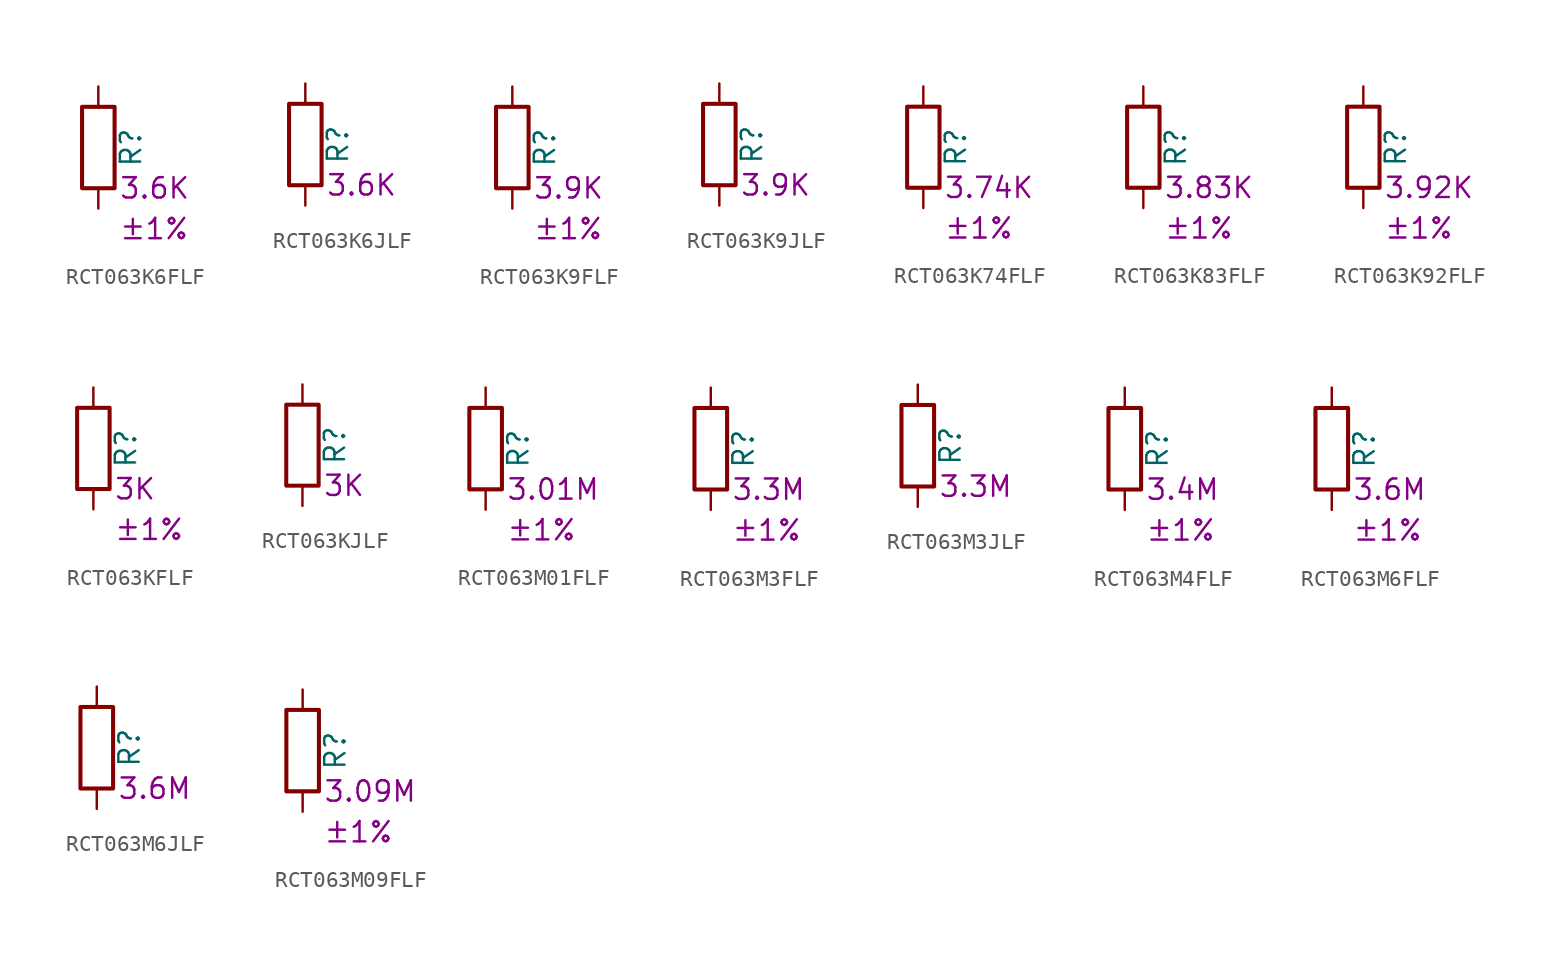
<source format=kicad_sym>
(kicad_symbol_lib
  (version 20220914)
  (generator kicad_symbol_editor)
  (symbol "RCT063K6FLF"
    (pin_numbers hide)
    (pin_names
      (offset 0))
    (property "Reference" "R"
      (at 2.032 0 90)
      (effects (font (size 1.27 1.27))))
    (property "Resistance" "3.6K"
      (at 1.27 -2.54 0)
      (effects (font (size 1.27 1.27)) (justify left)))
    (property "Tolerance" "±1%"
      (at 1.27 -5.08 0)
      (effects (font (size 1.27 1.27)) (justify left)))
    (symbol "RCT063K6FLF_0_1"
      (rectangle (start -1.016 -2.54) (end 1.016 2.54) (stroke (width 0.254) (type default)) (fill (type none))))
    (symbol "RCT063K6FLF_1_1"
      (pin passive line (at 0 3.81 270) (length 1.27) (name "~" (effects (font (size 1.27 1.27)))) (number "1" (effects (font (size 1.27 1.27)))))
      (pin passive line (at 0 -3.81 90) (length 1.27) (name "~" (effects (font (size 1.27 1.27)))) (number "2" (effects (font (size 1.27 1.27)))))))
  (symbol "RCT063K6JLF"
    (pin_numbers hide)
    (pin_names
      (offset 0))
    (property "Reference" "R"
      (at 2.032 0 90)
      (effects (font (size 1.27 1.27))))
    (property "Resistance" "3.6K"
      (at 1.27 -2.54 0)
      (effects (font (size 1.27 1.27)) (justify left)))
    (symbol "RCT063K6JLF_0_1"
      (rectangle (start -1.016 -2.54) (end 1.016 2.54) (stroke (width 0.254) (type default)) (fill (type none))))
    (symbol "RCT063K6JLF_1_1"
      (pin passive line (at 0 3.81 270) (length 1.27) (name "~" (effects (font (size 1.27 1.27)))) (number "1" (effects (font (size 1.27 1.27)))))
      (pin passive line (at 0 -3.81 90) (length 1.27) (name "~" (effects (font (size 1.27 1.27)))) (number "2" (effects (font (size 1.27 1.27)))))))
  (symbol "RCT063K9FLF"
    (pin_numbers hide)
    (pin_names
      (offset 0))
    (property "Reference" "R"
      (at 2.032 0 90)
      (effects (font (size 1.27 1.27))))
    (property "Resistance" "3.9K"
      (at 1.27 -2.54 0)
      (effects (font (size 1.27 1.27)) (justify left)))
    (property "Tolerance" "±1%"
      (at 1.27 -5.08 0)
      (effects (font (size 1.27 1.27)) (justify left)))
    (symbol "RCT063K9FLF_0_1"
      (rectangle (start -1.016 -2.54) (end 1.016 2.54) (stroke (width 0.254) (type default)) (fill (type none))))
    (symbol "RCT063K9FLF_1_1"
      (pin passive line (at 0 3.81 270) (length 1.27) (name "~" (effects (font (size 1.27 1.27)))) (number "1" (effects (font (size 1.27 1.27)))))
      (pin passive line (at 0 -3.81 90) (length 1.27) (name "~" (effects (font (size 1.27 1.27)))) (number "2" (effects (font (size 1.27 1.27)))))))
  (symbol "RCT063K9JLF"
    (pin_numbers hide)
    (pin_names
      (offset 0))
    (property "Reference" "R"
      (at 2.032 0 90)
      (effects (font (size 1.27 1.27))))
    (property "Resistance" "3.9K"
      (at 1.27 -2.54 0)
      (effects (font (size 1.27 1.27)) (justify left)))
    (symbol "RCT063K9JLF_0_1"
      (rectangle (start -1.016 -2.54) (end 1.016 2.54) (stroke (width 0.254) (type default)) (fill (type none))))
    (symbol "RCT063K9JLF_1_1"
      (pin passive line (at 0 3.81 270) (length 1.27) (name "~" (effects (font (size 1.27 1.27)))) (number "1" (effects (font (size 1.27 1.27)))))
      (pin passive line (at 0 -3.81 90) (length 1.27) (name "~" (effects (font (size 1.27 1.27)))) (number "2" (effects (font (size 1.27 1.27)))))))
  (symbol "RCT063K74FLF"
    (pin_numbers hide)
    (pin_names
      (offset 0))
    (property "Reference" "R"
      (at 2.032 0 90)
      (effects (font (size 1.27 1.27))))
    (property "Resistance" "3.74K"
      (at 1.27 -2.54 0)
      (effects (font (size 1.27 1.27)) (justify left)))
    (property "Tolerance" "±1%"
      (at 1.27 -5.08 0)
      (effects (font (size 1.27 1.27)) (justify left)))
    (symbol "RCT063K74FLF_0_1"
      (rectangle (start -1.016 -2.54) (end 1.016 2.54) (stroke (width 0.254) (type default)) (fill (type none))))
    (symbol "RCT063K74FLF_1_1"
      (pin passive line (at 0 3.81 270) (length 1.27) (name "~" (effects (font (size 1.27 1.27)))) (number "1" (effects (font (size 1.27 1.27)))))
      (pin passive line (at 0 -3.81 90) (length 1.27) (name "~" (effects (font (size 1.27 1.27)))) (number "2" (effects (font (size 1.27 1.27)))))))
  (symbol "RCT063K83FLF"
    (pin_numbers hide)
    (pin_names
      (offset 0))
    (property "Reference" "R"
      (at 2.032 0 90)
      (effects (font (size 1.27 1.27))))
    (property "Resistance" "3.83K"
      (at 1.27 -2.54 0)
      (effects (font (size 1.27 1.27)) (justify left)))
    (property "Tolerance" "±1%"
      (at 1.27 -5.08 0)
      (effects (font (size 1.27 1.27)) (justify left)))
    (symbol "RCT063K83FLF_0_1"
      (rectangle (start -1.016 -2.54) (end 1.016 2.54) (stroke (width 0.254) (type default)) (fill (type none))))
    (symbol "RCT063K83FLF_1_1"
      (pin passive line (at 0 3.81 270) (length 1.27) (name "~" (effects (font (size 1.27 1.27)))) (number "1" (effects (font (size 1.27 1.27)))))
      (pin passive line (at 0 -3.81 90) (length 1.27) (name "~" (effects (font (size 1.27 1.27)))) (number "2" (effects (font (size 1.27 1.27)))))))
  (symbol "RCT063K92FLF"
    (pin_numbers hide)
    (pin_names
      (offset 0))
    (property "Reference" "R"
      (at 2.032 0 90)
      (effects (font (size 1.27 1.27))))
    (property "Resistance" "3.92K"
      (at 1.27 -2.54 0)
      (effects (font (size 1.27 1.27)) (justify left)))
    (property "Tolerance" "±1%"
      (at 1.27 -5.08 0)
      (effects (font (size 1.27 1.27)) (justify left)))
    (symbol "RCT063K92FLF_0_1"
      (rectangle (start -1.016 -2.54) (end 1.016 2.54) (stroke (width 0.254) (type default)) (fill (type none))))
    (symbol "RCT063K92FLF_1_1"
      (pin passive line (at 0 3.81 270) (length 1.27) (name "~" (effects (font (size 1.27 1.27)))) (number "1" (effects (font (size 1.27 1.27)))))
      (pin passive line (at 0 -3.81 90) (length 1.27) (name "~" (effects (font (size 1.27 1.27)))) (number "2" (effects (font (size 1.27 1.27)))))))
  (symbol "RCT063KFLF"
    (pin_numbers hide)
    (pin_names
      (offset 0))
    (property "Reference" "R"
      (at 2.032 0 90)
      (effects (font (size 1.27 1.27))))
    (property "Resistance" "3K"
      (at 1.27 -2.54 0)
      (effects (font (size 1.27 1.27)) (justify left)))
    (property "Tolerance" "±1%"
      (at 1.27 -5.08 0)
      (effects (font (size 1.27 1.27)) (justify left)))
    (symbol "RCT063KFLF_0_1"
      (rectangle (start -1.016 -2.54) (end 1.016 2.54) (stroke (width 0.254) (type default)) (fill (type none))))
    (symbol "RCT063KFLF_1_1"
      (pin passive line (at 0 3.81 270) (length 1.27) (name "~" (effects (font (size 1.27 1.27)))) (number "1" (effects (font (size 1.27 1.27)))))
      (pin passive line (at 0 -3.81 90) (length 1.27) (name "~" (effects (font (size 1.27 1.27)))) (number "2" (effects (font (size 1.27 1.27)))))))
  (symbol "RCT063KJLF"
    (pin_numbers hide)
    (pin_names
      (offset 0))
    (property "Reference" "R"
      (at 2.032 0 90)
      (effects (font (size 1.27 1.27))))
    (property "Resistance" "3K"
      (at 1.27 -2.54 0)
      (effects (font (size 1.27 1.27)) (justify left)))
    (symbol "RCT063KJLF_0_1"
      (rectangle (start -1.016 -2.54) (end 1.016 2.54) (stroke (width 0.254) (type default)) (fill (type none))))
    (symbol "RCT063KJLF_1_1"
      (pin passive line (at 0 3.81 270) (length 1.27) (name "~" (effects (font (size 1.27 1.27)))) (number "1" (effects (font (size 1.27 1.27)))))
      (pin passive line (at 0 -3.81 90) (length 1.27) (name "~" (effects (font (size 1.27 1.27)))) (number "2" (effects (font (size 1.27 1.27)))))))
  (symbol "RCT063M01FLF"
    (pin_numbers hide)
    (pin_names
      (offset 0))
    (property "Reference" "R"
      (at 2.032 0 90)
      (effects (font (size 1.27 1.27))))
    (property "Resistance" "3.01M"
      (at 1.27 -2.54 0)
      (effects (font (size 1.27 1.27)) (justify left)))
    (property "Tolerance" "±1%"
      (at 1.27 -5.08 0)
      (effects (font (size 1.27 1.27)) (justify left)))
    (symbol "RCT063M01FLF_0_1"
      (rectangle (start -1.016 -2.54) (end 1.016 2.54) (stroke (width 0.254) (type default)) (fill (type none))))
    (symbol "RCT063M01FLF_1_1"
      (pin passive line (at 0 3.81 270) (length 1.27) (name "~" (effects (font (size 1.27 1.27)))) (number "1" (effects (font (size 1.27 1.27)))))
      (pin passive line (at 0 -3.81 90) (length 1.27) (name "~" (effects (font (size 1.27 1.27)))) (number "2" (effects (font (size 1.27 1.27)))))))
  (symbol "RCT063M3FLF"
    (pin_numbers hide)
    (pin_names
      (offset 0))
    (property "Reference" "R"
      (at 2.032 0 90)
      (effects (font (size 1.27 1.27))))
    (property "Resistance" "3.3M"
      (at 1.27 -2.54 0)
      (effects (font (size 1.27 1.27)) (justify left)))
    (property "Tolerance" "±1%"
      (at 1.27 -5.08 0)
      (effects (font (size 1.27 1.27)) (justify left)))
    (symbol "RCT063M3FLF_0_1"
      (rectangle (start -1.016 -2.54) (end 1.016 2.54) (stroke (width 0.254) (type default)) (fill (type none))))
    (symbol "RCT063M3FLF_1_1"
      (pin passive line (at 0 3.81 270) (length 1.27) (name "~" (effects (font (size 1.27 1.27)))) (number "1" (effects (font (size 1.27 1.27)))))
      (pin passive line (at 0 -3.81 90) (length 1.27) (name "~" (effects (font (size 1.27 1.27)))) (number "2" (effects (font (size 1.27 1.27)))))))
  (symbol "RCT063M3JLF"
    (pin_numbers hide)
    (pin_names
      (offset 0))
    (property "Reference" "R"
      (at 2.032 0 90)
      (effects (font (size 1.27 1.27))))
    (property "Resistance" "3.3M"
      (at 1.27 -2.54 0)
      (effects (font (size 1.27 1.27)) (justify left)))
    (symbol "RCT063M3JLF_0_1"
      (rectangle (start -1.016 -2.54) (end 1.016 2.54) (stroke (width 0.254) (type default)) (fill (type none))))
    (symbol "RCT063M3JLF_1_1"
      (pin passive line (at 0 3.81 270) (length 1.27) (name "~" (effects (font (size 1.27 1.27)))) (number "1" (effects (font (size 1.27 1.27)))))
      (pin passive line (at 0 -3.81 90) (length 1.27) (name "~" (effects (font (size 1.27 1.27)))) (number "2" (effects (font (size 1.27 1.27)))))))
  (symbol "RCT063M4FLF"
    (pin_numbers hide)
    (pin_names
      (offset 0))
    (property "Reference" "R"
      (at 2.032 0 90)
      (effects (font (size 1.27 1.27))))
    (property "Resistance" "3.4M"
      (at 1.27 -2.54 0)
      (effects (font (size 1.27 1.27)) (justify left)))
    (property "Tolerance" "±1%"
      (at 1.27 -5.08 0)
      (effects (font (size 1.27 1.27)) (justify left)))
    (symbol "RCT063M4FLF_0_1"
      (rectangle (start -1.016 -2.54) (end 1.016 2.54) (stroke (width 0.254) (type default)) (fill (type none))))
    (symbol "RCT063M4FLF_1_1"
      (pin passive line (at 0 3.81 270) (length 1.27) (name "~" (effects (font (size 1.27 1.27)))) (number "1" (effects (font (size 1.27 1.27)))))
      (pin passive line (at 0 -3.81 90) (length 1.27) (name "~" (effects (font (size 1.27 1.27)))) (number "2" (effects (font (size 1.27 1.27)))))))
  (symbol "RCT063M6FLF"
    (pin_numbers hide)
    (pin_names
      (offset 0))
    (property "Reference" "R"
      (at 2.032 0 90)
      (effects (font (size 1.27 1.27))))
    (property "Resistance" "3.6M"
      (at 1.27 -2.54 0)
      (effects (font (size 1.27 1.27)) (justify left)))
    (property "Tolerance" "±1%"
      (at 1.27 -5.08 0)
      (effects (font (size 1.27 1.27)) (justify left)))
    (symbol "RCT063M6FLF_0_1"
      (rectangle (start -1.016 -2.54) (end 1.016 2.54) (stroke (width 0.254) (type default)) (fill (type none))))
    (symbol "RCT063M6FLF_1_1"
      (pin passive line (at 0 3.81 270) (length 1.27) (name "~" (effects (font (size 1.27 1.27)))) (number "1" (effects (font (size 1.27 1.27)))))
      (pin passive line (at 0 -3.81 90) (length 1.27) (name "~" (effects (font (size 1.27 1.27)))) (number "2" (effects (font (size 1.27 1.27)))))))
  (symbol "RCT063M6JLF"
    (pin_numbers hide)
    (pin_names
      (offset 0))
    (property "Reference" "R"
      (at 2.032 0 90)
      (effects (font (size 1.27 1.27))))
    (property "Resistance" "3.6M"
      (at 1.27 -2.54 0)
      (effects (font (size 1.27 1.27)) (justify left)))
    (symbol "RCT063M6JLF_0_1"
      (rectangle (start -1.016 -2.54) (end 1.016 2.54) (stroke (width 0.254) (type default)) (fill (type none))))
    (symbol "RCT063M6JLF_1_1"
      (pin passive line (at 0 3.81 270) (length 1.27) (name "~" (effects (font (size 1.27 1.27)))) (number "1" (effects (font (size 1.27 1.27)))))
      (pin passive line (at 0 -3.81 90) (length 1.27) (name "~" (effects (font (size 1.27 1.27)))) (number "2" (effects (font (size 1.27 1.27)))))))
  (symbol "RCT063M09FLF"
    (pin_numbers hide)
    (pin_names
      (offset 0))
    (property "Reference" "R"
      (at 2.032 0 90)
      (effects (font (size 1.27 1.27))))
    (property "Resistance" "3.09M"
      (at 1.27 -2.54 0)
      (effects (font (size 1.27 1.27)) (justify left)))
    (property "Tolerance" "±1%"
      (at 1.27 -5.08 0)
      (effects (font (size 1.27 1.27)) (justify left)))
    (symbol "RCT063M09FLF_0_1"
      (rectangle (start -1.016 -2.54) (end 1.016 2.54) (stroke (width 0.254) (type default)) (fill (type none))))
    (symbol "RCT063M09FLF_1_1"
      (pin passive line (at 0 3.81 270) (length 1.27) (name "~" (effects (font (size 1.27 1.27)))) (number "1" (effects (font (size 1.27 1.27)))))
      (pin passive line (at 0 -3.81 90) (length 1.27) (name "~" (effects (font (size 1.27 1.27)))) (number "2" (effects (font (size 1.27 1.27))))))))
</source>
